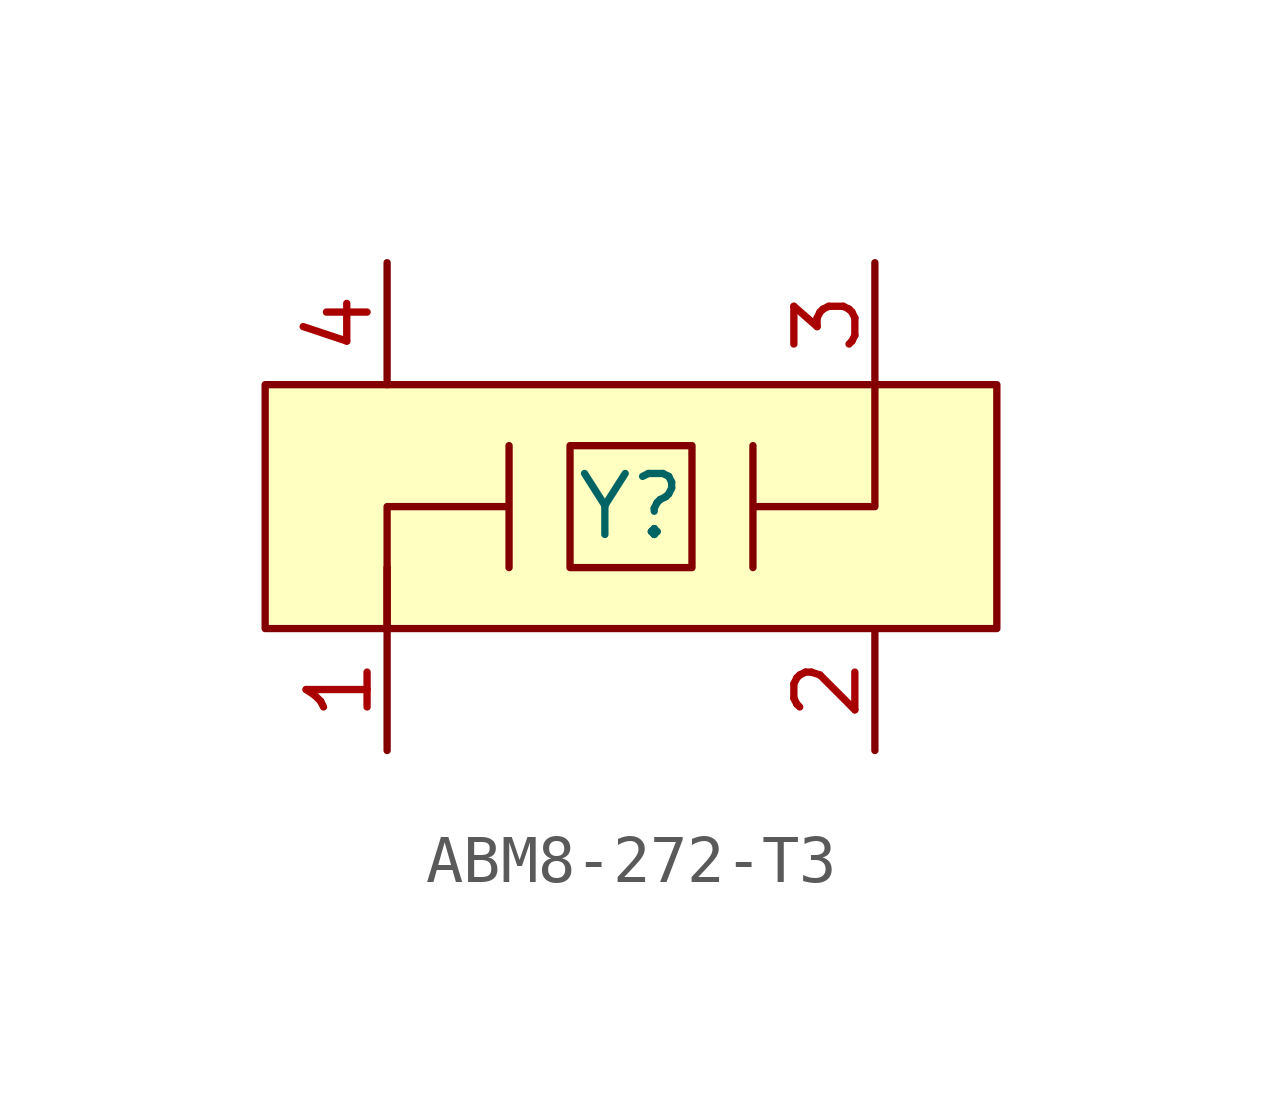
<source format=kicad_sym>
(kicad_symbol_lib
  (version 20231120)
  (generator "kicad_symbol_editor")
  (generator_version "8.0")
  (symbol "ABM8-272-T3"
    (property "Reference" "Y"
      (at 0 -1.27 0)
      (effects (font (size 1.27 1.27))))
    (property "Value" ""
      (at 0 0 0)
      (effects (font (size 1.27 1.27))))
    (symbol "ABM8-272-T3_0_1"
      (rectangle (start -7.62 1.27) (end 7.62 -3.81) (stroke (width 0) (type default)) (fill (type background)))
      (rectangle (start -1.27 0) (end 1.27 -2.54) (stroke (width 0) (type default)) (fill (type none)))
      (polyline (pts (xy -5.08 -2.54) (xy -5.08 -3.81)) (stroke (width 0) (type default)) (fill (type none)))
      (polyline (pts (xy -5.08 -3.81) (xy -5.08 -1.27) (xy -2.54 -1.27) (xy -2.54 0) (xy -2.54 -2.54)) (stroke (width 0) (type default)) (fill (type none)))
      (polyline (pts (xy 5.08 1.27) (xy 5.08 -1.27) (xy 2.54 -1.27) (xy 2.54 0) (xy 2.54 -2.54)) (stroke (width 0) (type default)) (fill (type none))))
    (symbol "ABM8-272-T3_1_1"
      (pin input line (at -5.08 -6.35 90) (length 2.54) (name "" (effects (font (size 1.27 1.27)))) (number "1" (effects (font (size 1.27 1.27)))))
      (pin input line (at 5.08 -6.35 90) (length 2.54) (name "" (effects (font (size 1.27 1.27)))) (number "2" (effects (font (size 1.27 1.27)))))
      (pin input line (at 5.08 3.81 270) (length 2.54) (name "" (effects (font (size 1.27 1.27)))) (number "3" (effects (font (size 1.27 1.27)))))
      (pin input line (at -5.08 3.81 270) (length 2.54) (name "" (effects (font (size 1.27 1.27)))) (number "4" (effects (font (size 1.27 1.27))))))))
</source>
